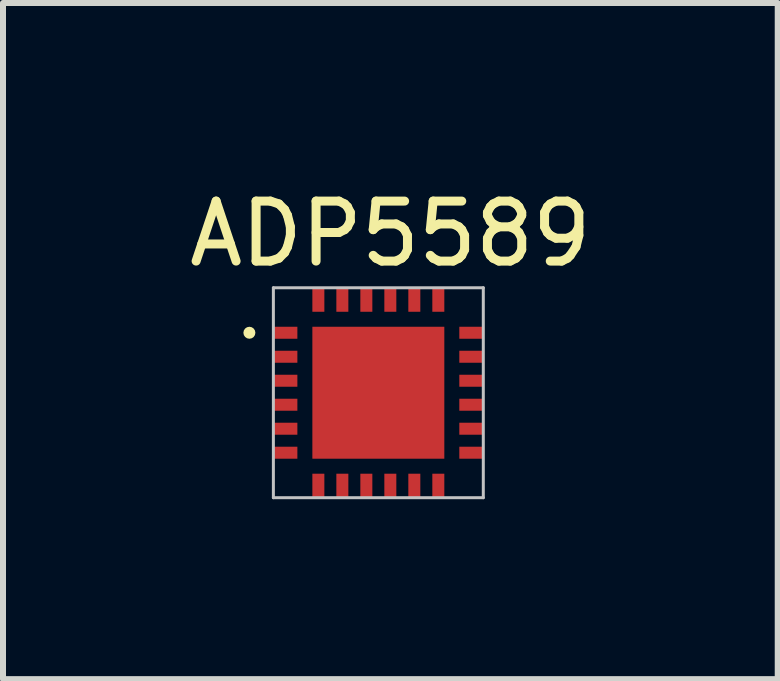
<source format=kicad_pcb>
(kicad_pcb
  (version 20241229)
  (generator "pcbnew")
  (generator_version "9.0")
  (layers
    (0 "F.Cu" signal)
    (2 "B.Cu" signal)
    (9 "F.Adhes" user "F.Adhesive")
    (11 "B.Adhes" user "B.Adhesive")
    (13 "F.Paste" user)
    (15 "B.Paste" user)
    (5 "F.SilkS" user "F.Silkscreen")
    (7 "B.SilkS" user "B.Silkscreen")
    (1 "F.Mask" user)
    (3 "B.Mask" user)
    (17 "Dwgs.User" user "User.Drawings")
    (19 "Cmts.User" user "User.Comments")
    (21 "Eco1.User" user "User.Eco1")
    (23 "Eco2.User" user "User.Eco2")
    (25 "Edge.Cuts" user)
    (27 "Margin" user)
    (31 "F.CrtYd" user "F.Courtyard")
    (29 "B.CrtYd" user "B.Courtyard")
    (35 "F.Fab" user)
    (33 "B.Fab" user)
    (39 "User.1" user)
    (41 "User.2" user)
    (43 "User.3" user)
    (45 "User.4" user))
  (footprint "ADP5589"
    (layer "F.Cu")
    (at 3.258 3.548)
    (property "Reference" "ADP5589" (at 0.2 -2.7 0) (layer "F.SilkS") (effects (font (size 1 1) (thickness 0.15))))
    (attr smd)
    (fp_circle (center -2.15 -1.05) (end -2.1 -1.05) (stroke (width 0.1) (type solid)) (fill no) (layer "F.SilkS"))
    (fp_line (start -1.75 -1.8) (end -1.75 1.7) (stroke (width 0.05) (type solid)) (layer "Dwgs.User"))
    (fp_line (start 1.75 -1.8) (end -1.75 -1.8) (stroke (width 0.05) (type solid)) (layer "Dwgs.User"))
    (fp_line (start 1.75 1.7) (end -1.75 1.7) (stroke (width 0.05) (type solid)) (layer "Dwgs.User"))
    (fp_line (start 1.75 1.7) (end 1.75 -1.8) (stroke (width 0.05) (type solid)) (layer "Dwgs.User"))
    (pad "1" smd rect (at -1.55 -1.05 90) (size 0.2 0.4) (layers "F.Cu" "F.Mask" "F.Paste"))
    (pad "2" smd rect (at -1.55 -0.65 90) (size 0.2 0.4) (layers "F.Cu" "F.Mask" "F.Paste"))
    (pad "3" smd rect (at -1.55 -0.25 90) (size 0.2 0.4) (layers "F.Cu" "F.Mask" "F.Paste"))
    (pad "4" smd rect (at -1.55 0.15 90) (size 0.2 0.4) (layers "F.Cu" "F.Mask" "F.Paste"))
    (pad "5" smd rect (at -1.55 0.55 90) (size 0.2 0.4) (layers "F.Cu" "F.Mask" "F.Paste"))
    (pad "6" smd rect (at -1.55 0.95 90) (size 0.2 0.4) (layers "F.Cu" "F.Mask" "F.Paste"))
    (pad "7" smd rect (at -1 1.5) (size 0.2 0.4) (layers "F.Cu" "F.Mask" "F.Paste"))
    (pad "8" smd rect (at -0.6 1.5) (size 0.2 0.4) (layers "F.Cu" "F.Mask" "F.Paste"))
    (pad "9" smd rect (at -0.2 1.5) (size 0.2 0.4) (layers "F.Cu" "F.Mask" "F.Paste"))
    (pad "10" smd rect (at 0.2 1.5) (size 0.2 0.4) (layers "F.Cu" "F.Mask" "F.Paste"))
    (pad "11" smd rect (at 0.6 1.5) (size 0.2 0.4) (layers "F.Cu" "F.Mask" "F.Paste"))
    (pad "12" smd rect (at 1 1.5) (size 0.2 0.4) (layers "F.Cu" "F.Mask" "F.Paste"))
    (pad "13" smd rect (at 1.55 0.95 90) (size 0.2 0.4) (layers "F.Cu" "F.Mask" "F.Paste"))
    (pad "14" smd rect (at 1.55 0.55 90) (size 0.2 0.4) (layers "F.Cu" "F.Mask" "F.Paste"))
    (pad "15" smd rect (at 1.55 0.15 90) (size 0.2 0.4) (layers "F.Cu" "F.Mask" "F.Paste"))
    (pad "16" smd rect (at 1.55 -0.25 90) (size 0.2 0.4) (layers "F.Cu" "F.Mask" "F.Paste"))
    (pad "17" smd rect (at 1.55 -0.65 90) (size 0.2 0.4) (layers "F.Cu" "F.Mask" "F.Paste"))
    (pad "18" smd rect (at 1.55 -1.05 90) (size 0.2 0.4) (layers "F.Cu" "F.Mask" "F.Paste"))
    (pad "19" smd rect (at 1 -1.6) (size 0.2 0.4) (layers "F.Cu" "F.Mask" "F.Paste"))
    (pad "20" smd rect (at 0.6 -1.6) (size 0.2 0.4) (layers "F.Cu" "F.Mask" "F.Paste"))
    (pad "21" smd rect (at 0.2 -1.6) (size 0.2 0.4) (layers "F.Cu" "F.Mask" "F.Paste"))
    (pad "22" smd rect (at -0.2 -1.6) (size 0.2 0.4) (layers "F.Cu" "F.Mask" "F.Paste"))
    (pad "23" smd rect (at -0.6 -1.6) (size 0.2 0.4) (layers "F.Cu" "F.Mask" "F.Paste"))
    (pad "24" smd rect (at -1 -1.6) (size 0.2 0.4) (layers "F.Cu" "F.Mask" "F.Paste"))
    (pad "GND" smd rect (at 0 -0.05) (size 2.2 2.2) (layers "F.Cu" "F.Mask" "F.Paste")))
  (gr_rect
    (start -3 -3)
    (end 9.917 8.273)
    (stroke (width 0.1) (type default))
    (fill no)
    (layer "Edge.Cuts")))
</source>
